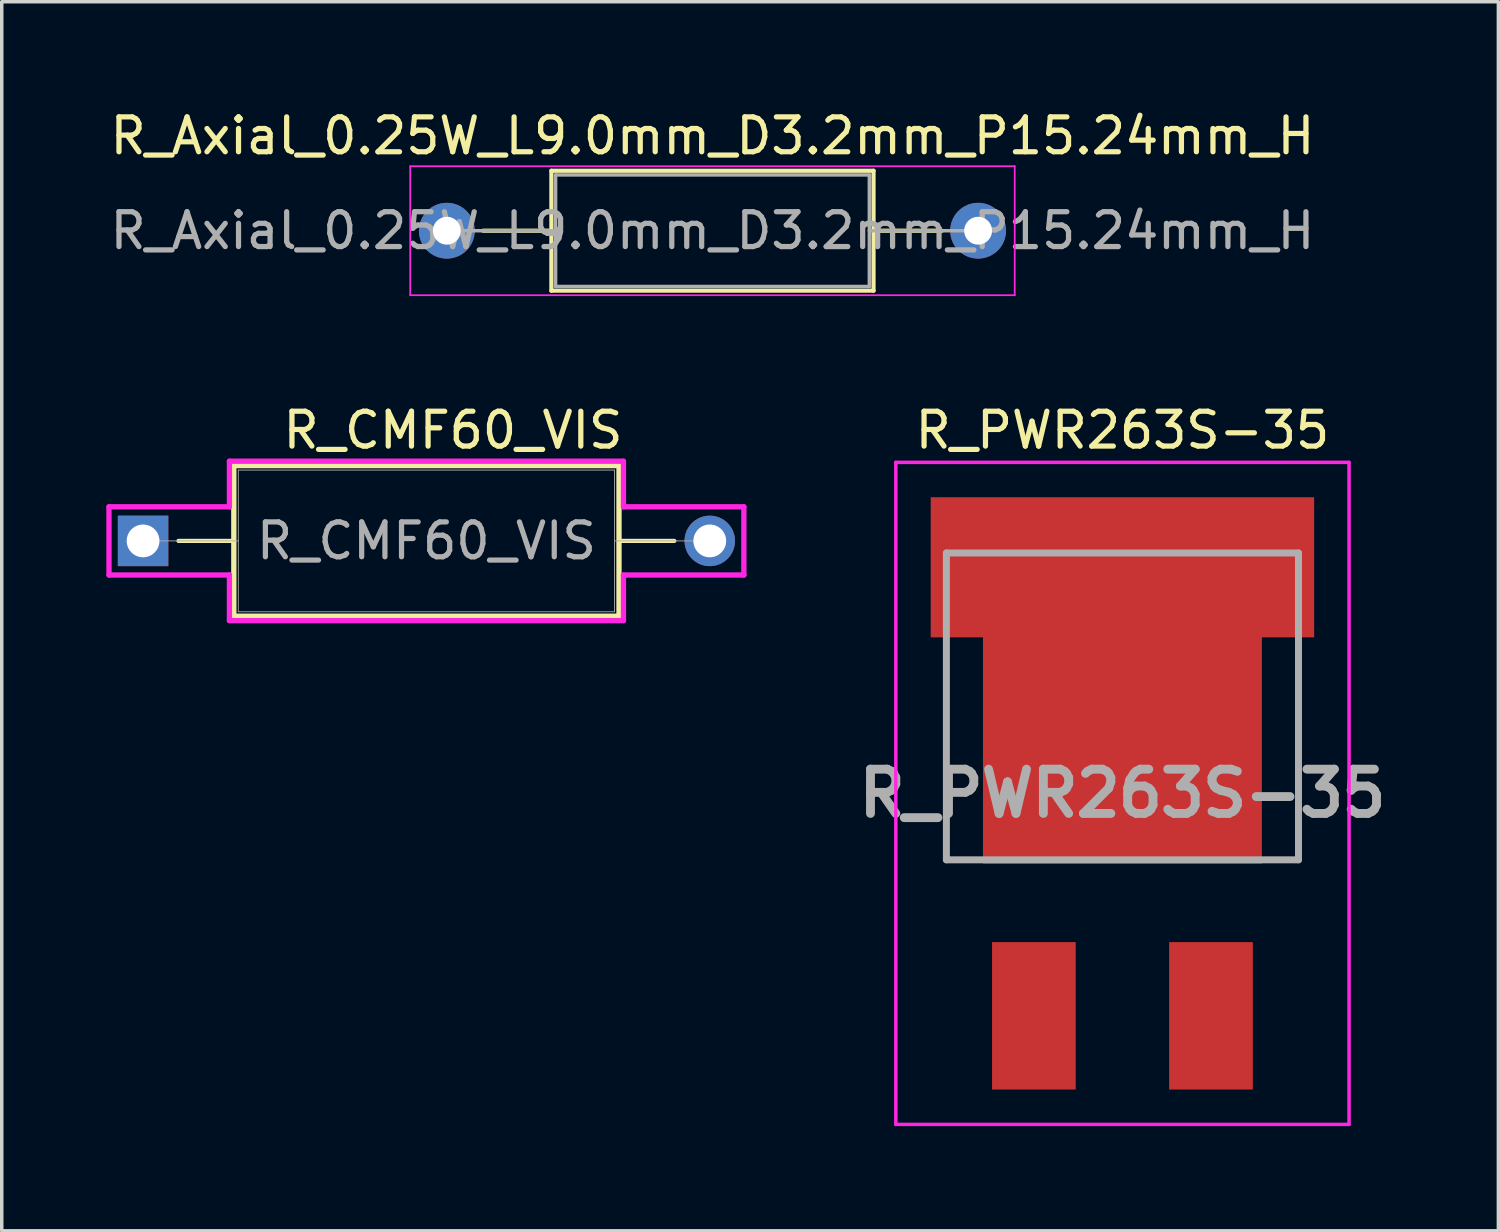
<source format=kicad_pcb>
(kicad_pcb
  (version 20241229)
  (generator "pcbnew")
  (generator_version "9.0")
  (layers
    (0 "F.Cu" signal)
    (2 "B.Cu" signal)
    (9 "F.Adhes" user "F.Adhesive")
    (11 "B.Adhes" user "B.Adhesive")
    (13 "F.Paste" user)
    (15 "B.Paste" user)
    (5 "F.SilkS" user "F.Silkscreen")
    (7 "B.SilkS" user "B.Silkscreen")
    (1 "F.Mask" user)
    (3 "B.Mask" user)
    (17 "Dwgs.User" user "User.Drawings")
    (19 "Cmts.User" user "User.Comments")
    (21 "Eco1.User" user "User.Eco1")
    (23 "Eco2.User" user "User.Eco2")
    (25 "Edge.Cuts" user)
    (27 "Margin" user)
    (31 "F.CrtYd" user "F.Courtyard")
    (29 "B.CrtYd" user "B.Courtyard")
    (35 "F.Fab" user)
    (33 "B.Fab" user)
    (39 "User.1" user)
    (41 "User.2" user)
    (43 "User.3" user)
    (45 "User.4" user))
  (footprint "R_PWR263S-35"
    (layer "F.Cu")
    (at 29.147 19.451)
    (property "Reference" "R_PWR263S-35" (at 0 -10.16 0) (layer "F.SilkS") (effects (font (size 1 1) (thickness 0.15))))
    (attr smd)
    (fp_line (start -5.05 2.163) (end -5.05 -3.638) (stroke (width 0.1) (type solid)) (layer "F.SilkS"))
    (fp_line (start -4.5 2.163) (end -5.05 2.163) (stroke (width 0.1) (type solid)) (layer "F.SilkS"))
    (fp_line (start 4.5 2.163) (end 5.05 2.163) (stroke (width 0.1) (type solid)) (layer "F.SilkS"))
    (fp_line (start 5.05 2.163) (end 5.05 -3.638) (stroke (width 0.1) (type solid)) (layer "F.SilkS"))
    (fp_line (start -6.5 -9.238) (end 6.5 -9.238) (stroke (width 0.1) (type solid)) (layer "F.CrtYd"))
    (fp_line (start -6.5 9.753) (end -6.5 -9.238) (stroke (width 0.1) (type solid)) (layer "F.CrtYd"))
    (fp_line (start 6.5 -9.238) (end 6.5 9.753) (stroke (width 0.1) (type solid)) (layer "F.CrtYd"))
    (fp_line (start 6.5 9.753) (end -6.5 9.753) (stroke (width 0.1) (type solid)) (layer "F.CrtYd"))
    (fp_line (start -5.05 -6.638) (end 5.05 -6.638) (stroke (width 0.2) (type solid)) (layer "F.Fab"))
    (fp_line (start -5.05 2.163) (end -5.05 -6.638) (stroke (width 0.2) (type solid)) (layer "F.Fab"))
    (fp_line (start 5.05 -6.638) (end 5.05 2.163) (stroke (width 0.2) (type solid)) (layer "F.Fab"))
    (fp_line (start 5.05 2.163) (end -5.05 2.163) (stroke (width 0.2) (type solid)) (layer "F.Fab"))
    (fp_text user "${REFERENCE}" (at 0 0.258 0) (layer "F.Fab") (effects (font (size 1.27 1.27) (thickness 0.254))))
    (pad "1" smd rect (at -2.54 6.638) (size 2.4 4.23) (layers "F.Cu" "F.Mask" "F.Paste"))
    (pad "2" smd rect (at 2.54 6.638) (size 2.4 4.23) (layers "F.Cu" "F.Mask" "F.Paste"))
    (pad "3" smd rect (at 0 -0.978 90) (size 6.5 8) (layers "F.Cu" "F.Mask" "F.Paste"))
    (pad "4" smd rect (at 0 -6.228 90) (size 4.02 11) (layers "F.Cu" "F.Mask" "F.Paste")))
  (footprint "R_Axial_0.25W_L9.0mm_D3.2mm_P15.24mm_H"
    (layer "F.Cu")
    (at 9.767 3.568)
    (property "Reference" "R_Axial_0.25W_L9.0mm_D3.2mm_P15.24mm_H" (at 7.62 -2.72 0) (layer "F.SilkS") (effects (font (size 1 1) (thickness 0.15))))
    (attr through_hole)
    (fp_line (start 1.04 0) (end 3 0) (stroke (width 0.12) (type solid)) (layer "F.SilkS"))
    (fp_line (start 3 -1.72) (end 3 1.72) (stroke (width 0.12) (type solid)) (layer "F.SilkS"))
    (fp_line (start 3 1.72) (end 12.24 1.72) (stroke (width 0.12) (type solid)) (layer "F.SilkS"))
    (fp_line (start 12.24 -1.72) (end 3 -1.72) (stroke (width 0.12) (type solid)) (layer "F.SilkS"))
    (fp_line (start 12.24 1.72) (end 12.24 -1.72) (stroke (width 0.12) (type solid)) (layer "F.SilkS"))
    (fp_line (start 14.2 0) (end 12.24 0) (stroke (width 0.12) (type solid)) (layer "F.SilkS"))
    (fp_line (start -1.05 -1.85) (end -1.05 1.85) (stroke (width 0.05) (type solid)) (layer "F.CrtYd"))
    (fp_line (start -1.05 1.85) (end 16.29 1.85) (stroke (width 0.05) (type solid)) (layer "F.CrtYd"))
    (fp_line (start 16.29 -1.85) (end -1.05 -1.85) (stroke (width 0.05) (type solid)) (layer "F.CrtYd"))
    (fp_line (start 16.29 1.85) (end 16.29 -1.85) (stroke (width 0.05) (type solid)) (layer "F.CrtYd"))
    (fp_line (start 0 0) (end 3.12 0) (stroke (width 0.1) (type solid)) (layer "F.Fab"))
    (fp_line (start 3.12 -1.6) (end 3.12 1.6) (stroke (width 0.1) (type solid)) (layer "F.Fab"))
    (fp_line (start 3.12 1.6) (end 12.12 1.6) (stroke (width 0.1) (type solid)) (layer "F.Fab"))
    (fp_line (start 12.12 -1.6) (end 3.12 -1.6) (stroke (width 0.1) (type solid)) (layer "F.Fab"))
    (fp_line (start 12.12 1.6) (end 12.12 -1.6) (stroke (width 0.1) (type solid)) (layer "F.Fab"))
    (fp_line (start 15.24 0) (end 12.12 0) (stroke (width 0.1) (type solid)) (layer "F.Fab"))
    (fp_text user "${REFERENCE}" (at 7.62 0 0) (layer "F.Fab") (effects (font (size 1 1) (thickness 0.15))))
    (pad "1" thru_hole circle (at 0 0) (size 1.6 1.6) (drill 0.8) (layers "*.Cu" "*.Mask"))
    (pad "2" thru_hole oval (at 15.24 0) (size 1.6 1.6) (drill 0.8) (layers "*.Cu" "*.Mask")))
  (footprint "R_CMF60_VIS"
    (layer "F.Cu")
    (at 1.054 12.466)
    (property "Reference" "R_CMF60_VIS" (at 8.89 -3.175 0) (unlocked yes) (layer "F.SilkS") (effects (font (size 1 1) (thickness 0.15))))
    (attr through_hole)
    (fp_line (start 2.603 -2.159) (end 2.603 2.159) (stroke (width 0.152) (type solid)) (layer "F.SilkS"))
    (fp_line (start 2.603 0) (end 1.016 0) (stroke (width 0.12) (type default)) (layer "F.SilkS"))
    (fp_line (start 2.603 2.159) (end 13.652 2.159) (stroke (width 0.152) (type solid)) (layer "F.SilkS"))
    (fp_line (start 13.652 -2.159) (end 2.603 -2.159) (stroke (width 0.152) (type solid)) (layer "F.SilkS"))
    (fp_line (start 13.652 0) (end 15.24 0) (stroke (width 0.12) (type default)) (layer "F.SilkS"))
    (fp_line (start 13.652 2.159) (end 13.652 -2.159) (stroke (width 0.152) (type solid)) (layer "F.SilkS"))
    (fp_line (start -0.978 -0.978) (end 2.477 -0.978) (stroke (width 0.152) (type solid)) (layer "F.CrtYd"))
    (fp_line (start -0.978 0.978) (end -0.978 -0.978) (stroke (width 0.152) (type solid)) (layer "F.CrtYd"))
    (fp_line (start 2.477 -2.286) (end 13.78 -2.286) (stroke (width 0.152) (type solid)) (layer "F.CrtYd"))
    (fp_line (start 2.477 -0.978) (end 2.477 -2.286) (stroke (width 0.152) (type solid)) (layer "F.CrtYd"))
    (fp_line (start 2.477 0.978) (end -0.978 0.978) (stroke (width 0.152) (type solid)) (layer "F.CrtYd"))
    (fp_line (start 2.477 2.286) (end 2.477 0.978) (stroke (width 0.152) (type solid)) (layer "F.CrtYd"))
    (fp_line (start 13.78 -2.286) (end 13.78 -0.978) (stroke (width 0.152) (type solid)) (layer "F.CrtYd"))
    (fp_line (start 13.78 -0.978) (end 17.234 -0.978) (stroke (width 0.152) (type solid)) (layer "F.CrtYd"))
    (fp_line (start 13.78 0.978) (end 13.78 2.286) (stroke (width 0.152) (type solid)) (layer "F.CrtYd"))
    (fp_line (start 13.78 2.286) (end 2.477 2.286) (stroke (width 0.152) (type solid)) (layer "F.CrtYd"))
    (fp_line (start 17.234 -0.978) (end 17.234 0.978) (stroke (width 0.152) (type solid)) (layer "F.CrtYd"))
    (fp_line (start 17.234 0.978) (end 13.78 0.978) (stroke (width 0.152) (type solid)) (layer "F.CrtYd"))
    (fp_line (start 0 0) (end 2.731 0) (stroke (width 0.025) (type solid)) (layer "F.Fab"))
    (fp_line (start 2.731 -2.032) (end 2.731 2.032) (stroke (width 0.025) (type solid)) (layer "F.Fab"))
    (fp_line (start 2.731 2.032) (end 13.525 2.032) (stroke (width 0.025) (type solid)) (layer "F.Fab"))
    (fp_line (start 13.525 -2.032) (end 2.731 -2.032) (stroke (width 0.025) (type solid)) (layer "F.Fab"))
    (fp_line (start 13.525 2.032) (end 13.525 -2.032) (stroke (width 0.025) (type solid)) (layer "F.Fab"))
    (fp_line (start 16.256 0) (end 13.525 0) (stroke (width 0.025) (type solid)) (layer "F.Fab"))
    (fp_text user "${REFERENCE}" (at 8.128 0 0) (unlocked yes) (layer "F.Fab") (effects (font (size 1 1) (thickness 0.15))))
    (pad "1" thru_hole rect (at 0 0) (size 1.448 1.448) (drill 0.94) (layers "*.Cu" "*.Mask"))
    (pad "2" thru_hole circle (at 16.256 0) (size 1.448 1.448) (drill 0.94) (layers "*.Cu" "*.Mask")))
  (gr_rect
    (start -3 -3)
    (end 39.931 32.255)
    (stroke (width 0.1) (type default))
    (fill no)
    (layer "Edge.Cuts")))
</source>
